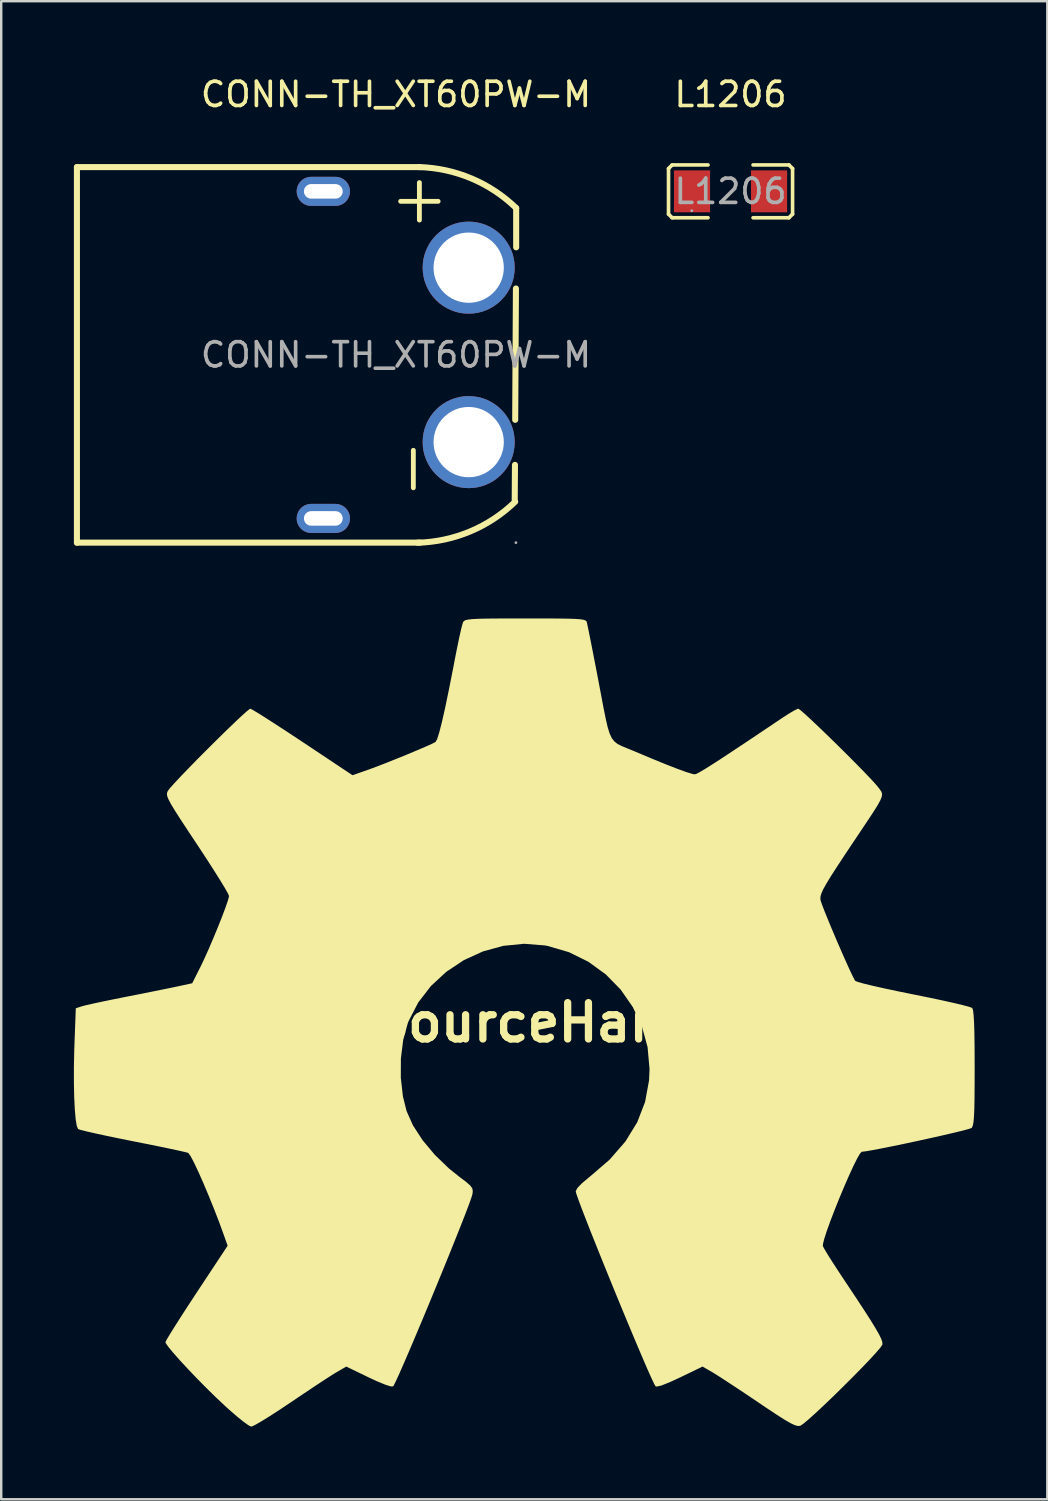
<source format=kicad_pcb>
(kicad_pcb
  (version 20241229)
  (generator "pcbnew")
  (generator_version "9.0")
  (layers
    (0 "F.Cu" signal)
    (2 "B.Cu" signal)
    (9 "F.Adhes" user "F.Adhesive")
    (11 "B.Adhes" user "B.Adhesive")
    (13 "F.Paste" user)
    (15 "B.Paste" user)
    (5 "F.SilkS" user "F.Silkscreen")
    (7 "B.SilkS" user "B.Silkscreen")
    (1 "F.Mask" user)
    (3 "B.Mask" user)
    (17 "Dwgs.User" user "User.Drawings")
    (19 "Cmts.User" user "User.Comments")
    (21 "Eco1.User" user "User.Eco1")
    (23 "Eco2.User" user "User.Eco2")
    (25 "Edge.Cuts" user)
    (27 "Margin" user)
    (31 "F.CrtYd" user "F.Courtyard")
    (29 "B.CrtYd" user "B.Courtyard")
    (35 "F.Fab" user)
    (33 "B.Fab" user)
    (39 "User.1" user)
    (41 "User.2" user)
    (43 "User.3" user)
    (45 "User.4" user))
  (footprint "OpenSourceHardware"
    (layer "F.Cu")
    (at 18.595 39.155)
    (property "Reference" "OpenSourceHardware" (at 0 0 0) (layer "F.SilkS") (effects (font (size 1.5 1.5) (thickness 0.3))))
    (attr board_only exclude_from_pos_files exclude_from_bom)
    (fp_poly (pts (xy 0.757 -16.679) (xy 1.322 -16.676) (xy 1.755 -16.67) (xy 2.073 -16.661) (xy 2.294 -16.646) (xy 2.437 -16.624) (xy 2.52 -16.596) (xy 2.561 -16.559) (xy 2.573 -16.531) (xy 2.601 -16.409) (xy 2.655 -16.146) (xy 2.732 -15.765) (xy 2.825 -15.293) (xy 2.93 -14.753) (xy 3.008 -14.351) (xy 3.148 -13.611) (xy 3.26 -13.018) (xy 3.353 -12.552) (xy 3.435 -12.196) (xy 3.517 -11.931) (xy 3.607 -11.739) (xy 3.714 -11.601) (xy 3.847 -11.497) (xy 4.016 -11.411) (xy 4.23 -11.323) (xy 4.497 -11.215) (xy 4.562 -11.187) (xy 5.233 -10.904) (xy 5.823 -10.663) (xy 6.315 -10.471) (xy 6.695 -10.334) (xy 6.947 -10.258) (xy 7.033 -10.245) (xy 7.1 -10.265) (xy 7.229 -10.332) (xy 7.43 -10.45) (xy 7.712 -10.627) (xy 8.086 -10.868) (xy 8.56 -11.18) (xy 9.146 -11.569) (xy 9.852 -12.042) (xy 10.62 -12.558) (xy 10.902 -12.741) (xy 11.135 -12.878) (xy 11.282 -12.949) (xy 11.304 -12.954) (xy 11.389 -12.897) (xy 11.574 -12.737) (xy 11.838 -12.494) (xy 12.163 -12.187) (xy 12.528 -11.835) (xy 12.916 -11.456) (xy 13.305 -11.07) (xy 13.677 -10.696) (xy 14.014 -10.353) (xy 14.294 -10.059) (xy 14.5 -9.834) (xy 14.594 -9.721) (xy 14.676 -9.615) (xy 14.735 -9.527) (xy 14.762 -9.437) (xy 14.751 -9.326) (xy 14.692 -9.176) (xy 14.578 -8.968) (xy 14.399 -8.683) (xy 14.148 -8.303) (xy 13.817 -7.808) (xy 13.634 -7.535) (xy 13.218 -6.912) (xy 12.889 -6.411) (xy 12.637 -6.018) (xy 12.453 -5.716) (xy 12.328 -5.488) (xy 12.253 -5.319) (xy 12.219 -5.192) (xy 12.217 -5.091) (xy 12.227 -5.035) (xy 12.284 -4.866) (xy 12.393 -4.582) (xy 12.542 -4.215) (xy 12.718 -3.792) (xy 12.909 -3.342) (xy 13.103 -2.896) (xy 13.286 -2.483) (xy 13.446 -2.131) (xy 13.571 -1.87) (xy 13.647 -1.729) (xy 13.657 -1.717) (xy 13.765 -1.674) (xy 14.016 -1.604) (xy 14.389 -1.514) (xy 14.861 -1.408) (xy 15.41 -1.291) (xy 16.013 -1.168) (xy 16.072 -1.157) (xy 16.679 -1.034) (xy 17.233 -0.917) (xy 17.713 -0.81) (xy 18.096 -0.719) (xy 18.359 -0.648) (xy 18.48 -0.603) (xy 18.483 -0.6) (xy 18.516 -0.512) (xy 18.541 -0.311) (xy 18.56 0.014) (xy 18.574 0.474) (xy 18.581 1.08) (xy 18.584 1.844) (xy 18.584 1.864) (xy 18.582 2.576) (xy 18.578 3.138) (xy 18.57 3.567) (xy 18.556 3.882) (xy 18.537 4.101) (xy 18.511 4.243) (xy 18.477 4.326) (xy 18.457 4.352) (xy 18.356 4.389) (xy 18.115 4.455) (xy 17.762 4.541) (xy 17.322 4.644) (xy 16.824 4.756) (xy 16.294 4.873) (xy 15.758 4.988) (xy 15.243 5.095) (xy 14.776 5.189) (xy 14.383 5.264) (xy 14.092 5.314) (xy 13.93 5.334) (xy 13.924 5.334) (xy 13.851 5.409) (xy 13.731 5.617) (xy 13.575 5.932) (xy 13.393 6.328) (xy 13.197 6.777) (xy 12.997 7.255) (xy 12.805 7.734) (xy 12.63 8.189) (xy 12.484 8.593) (xy 12.378 8.921) (xy 12.322 9.145) (xy 12.319 9.228) (xy 12.381 9.348) (xy 12.521 9.581) (xy 12.724 9.902) (xy 12.971 10.282) (xy 13.18 10.598) (xy 13.632 11.277) (xy 13.996 11.83) (xy 14.28 12.271) (xy 14.491 12.615) (xy 14.639 12.874) (xy 14.73 13.062) (xy 14.773 13.193) (xy 14.777 13.282) (xy 14.773 13.297) (xy 14.694 13.416) (xy 14.511 13.63) (xy 14.245 13.919) (xy 13.915 14.264) (xy 13.542 14.644) (xy 13.145 15.039) (xy 12.745 15.432) (xy 12.36 15.8) (xy 12.012 16.125) (xy 11.72 16.388) (xy 11.503 16.568) (xy 11.383 16.646) (xy 11.381 16.646) (xy 11.286 16.652) (xy 11.159 16.618) (xy 10.981 16.534) (xy 10.732 16.39) (xy 10.394 16.174) (xy 9.946 15.877) (xy 9.666 15.687) (xy 9.193 15.369) (xy 8.741 15.068) (xy 8.338 14.803) (xy 8.012 14.592) (xy 7.792 14.455) (xy 7.762 14.437) (xy 7.353 14.2) (xy 6.424 14.649) (xy 5.977 14.855) (xy 5.653 14.982) (xy 5.46 15.026) (xy 5.414 15.015) (xy 5.352 14.908) (xy 5.236 14.662) (xy 5.073 14.296) (xy 4.871 13.828) (xy 4.637 13.277) (xy 4.378 12.661) (xy 4.103 12) (xy 3.819 11.311) (xy 3.534 10.614) (xy 3.255 9.927) (xy 2.99 9.268) (xy 2.746 8.657) (xy 2.532 8.111) (xy 2.354 7.65) (xy 2.221 7.291) (xy 2.139 7.054) (xy 2.117 6.963) (xy 2.185 6.832) (xy 2.374 6.634) (xy 2.663 6.392) (xy 2.71 6.355) (xy 3.522 5.654) (xy 4.171 4.907) (xy 4.657 4.115) (xy 4.981 3.276) (xy 5.144 2.39) (xy 5.165 1.921) (xy 5.084 1.016) (xy 4.849 0.158) (xy 4.474 -0.639) (xy 3.973 -1.36) (xy 3.357 -1.988) (xy 2.641 -2.508) (xy 1.838 -2.904) (xy 0.961 -3.16) (xy 0.847 -3.182) (xy -0.015 -3.251) (xy -0.874 -3.165) (xy -1.709 -2.936) (xy -2.499 -2.576) (xy -3.221 -2.096) (xy -3.856 -1.51) (xy -4.382 -0.828) (xy -4.777 -0.064) (xy -4.817 0.039) (xy -5.003 0.717) (xy -5.098 1.483) (xy -5.102 2.28) (xy -5.014 3.051) (xy -4.863 3.656) (xy -4.6 4.245) (xy -4.202 4.858) (xy -3.695 5.464) (xy -3.104 6.033) (xy -2.687 6.366) (xy -2.403 6.581) (xy -2.233 6.731) (xy -2.15 6.848) (xy -2.131 6.966) (xy -2.145 7.082) (xy -2.188 7.228) (xy -2.288 7.508) (xy -2.438 7.903) (xy -2.63 8.394) (xy -2.857 8.963) (xy -3.109 9.59) (xy -3.381 10.258) (xy -3.663 10.946) (xy -3.949 11.638) (xy -4.23 12.313) (xy -4.5 12.953) (xy -4.749 13.541) (xy -4.971 14.055) (xy -5.157 14.479) (xy -5.301 14.794) (xy -5.394 14.98) (xy -5.42 15.02) (xy -5.526 15.017) (xy -5.757 14.942) (xy -6.09 14.804) (xy -6.424 14.649) (xy -7.353 14.2) (xy -7.762 14.438) (xy -7.957 14.558) (xy -8.264 14.756) (xy -8.653 15.012) (xy -9.095 15.307) (xy -9.564 15.622) (xy -9.645 15.677) (xy -10.093 15.977) (xy -10.501 16.241) (xy -10.846 16.454) (xy -11.105 16.604) (xy -11.255 16.675) (xy -11.274 16.679) (xy -11.389 16.624) (xy -11.6 16.473) (xy -11.881 16.245) (xy -12.206 15.962) (xy -12.354 15.828) (xy -12.729 15.475) (xy -13.122 15.089) (xy -13.514 14.692) (xy -13.886 14.303) (xy -14.22 13.942) (xy -14.497 13.629) (xy -14.698 13.385) (xy -14.805 13.23) (xy -14.817 13.194) (xy -14.772 13.101) (xy -14.645 12.886) (xy -14.448 12.569) (xy -14.193 12.168) (xy -13.892 11.703) (xy -13.558 11.193) (xy -13.533 11.155) (xy -12.249 9.212) (xy -12.404 8.776) (xy -12.601 8.236) (xy -12.816 7.681) (xy -13.037 7.135) (xy -13.253 6.622) (xy -13.455 6.167) (xy -13.631 5.794) (xy -13.772 5.527) (xy -13.867 5.39) (xy -13.878 5.381) (xy -13.98 5.352) (xy -14.225 5.296) (xy -14.59 5.217) (xy -15.054 5.12) (xy -15.593 5.011) (xy -16.144 4.902) (xy -16.734 4.783) (xy -17.27 4.672) (xy -17.73 4.572) (xy -18.092 4.489) (xy -18.331 4.428) (xy -18.423 4.395) (xy -18.477 4.267) (xy -18.522 3.991) (xy -18.557 3.592) (xy -18.582 3.089) (xy -18.594 2.507) (xy -18.595 1.867) (xy -18.581 1.191) (xy -18.573 0.932) (xy -18.516 -0.588) (xy -18.254 -0.674) (xy -18.087 -0.717) (xy -17.787 -0.785) (xy -17.385 -0.871) (xy -16.913 -0.968) (xy -16.468 -1.057) (xy -15.928 -1.163) (xy -15.398 -1.269) (xy -14.918 -1.366) (xy -14.531 -1.445) (xy -14.328 -1.488) (xy -13.712 -1.621) (xy -13.376 -2.288) (xy -13.214 -2.627) (xy -13.031 -3.034) (xy -12.84 -3.481) (xy -12.652 -3.935) (xy -12.481 -4.365) (xy -12.34 -4.741) (xy -12.24 -5.031) (xy -12.194 -5.205) (xy -12.192 -5.224) (xy -12.237 -5.329) (xy -12.365 -5.555) (xy -12.564 -5.882) (xy -12.822 -6.292) (xy -13.126 -6.765) (xy -13.465 -7.281) (xy -13.512 -7.352) (xy -13.898 -7.934) (xy -14.199 -8.393) (xy -14.424 -8.745) (xy -14.583 -9.008) (xy -14.685 -9.198) (xy -14.74 -9.332) (xy -14.756 -9.428) (xy -14.743 -9.503) (xy -14.718 -9.558) (xy -14.63 -9.675) (xy -14.443 -9.884) (xy -14.177 -10.168) (xy -13.85 -10.507) (xy -13.483 -10.883) (xy -13.092 -11.275) (xy -12.698 -11.667) (xy -12.32 -12.038) (xy -11.975 -12.37) (xy -11.684 -12.645) (xy -11.464 -12.842) (xy -11.335 -12.944) (xy -11.313 -12.954) (xy -11.222 -12.909) (xy -11.009 -12.781) (xy -10.691 -12.582) (xy -10.289 -12.323) (xy -9.819 -12.018) (xy -9.301 -11.676) (xy -9.158 -11.581) (xy -7.094 -10.207) (xy -6.405 -10.45) (xy -6.093 -10.565) (xy -5.706 -10.715) (xy -5.276 -10.887) (xy -4.837 -11.066) (xy -4.423 -11.239) (xy -4.067 -11.392) (xy -3.803 -11.511) (xy -3.667 -11.581) (xy -3.602 -11.698) (xy -3.513 -11.98) (xy -3.4 -12.423) (xy -3.264 -13.026) (xy -3.107 -13.786) (xy -2.927 -14.699) (xy -2.873 -14.986) (xy -2.779 -15.461) (xy -2.691 -15.885) (xy -2.614 -16.227) (xy -2.555 -16.455) (xy -2.528 -16.531) (xy -2.494 -16.574) (xy -2.43 -16.608) (xy -2.318 -16.633) (xy -2.139 -16.652) (xy -1.875 -16.665) (xy -1.508 -16.673) (xy -1.018 -16.677) (xy -0.389 -16.679) (xy 0.04 -16.679)) (stroke (width 0) (type solid)) (fill yes) (layer "F.SilkS")))
  (footprint "L1206"
    (layer "F.Cu")
    (at 27.103 4.848)
    (property "Reference" "L1206" (at 0 -4 0) (layer "F.SilkS") (effects (font (size 1 1) (thickness 0.15))))
    (attr smd)
    (fp_line (start -2.56 -0.94) (end -2.41 -1.09) (stroke (width 0.15) (type solid)) (layer "F.SilkS"))
    (fp_line (start -2.56 0.94) (end -2.56 -0.94) (stroke (width 0.15) (type solid)) (layer "F.SilkS"))
    (fp_line (start -2.41 -1.09) (end -0.93 -1.09) (stroke (width 0.15) (type solid)) (layer "F.SilkS"))
    (fp_line (start -2.41 1.09) (end -2.56 0.94) (stroke (width 0.15) (type solid)) (layer "F.SilkS"))
    (fp_line (start -0.93 1.09) (end -2.41 1.09) (stroke (width 0.15) (type solid)) (layer "F.SilkS"))
    (fp_line (start 0.93 1.09) (end 2.41 1.09) (stroke (width 0.15) (type solid)) (layer "F.SilkS"))
    (fp_line (start 2.41 -1.09) (end 0.93 -1.09) (stroke (width 0.15) (type solid)) (layer "F.SilkS"))
    (fp_line (start 2.41 1.09) (end 2.56 0.94) (stroke (width 0.15) (type solid)) (layer "F.SilkS"))
    (fp_line (start 2.56 -0.94) (end 2.41 -1.09) (stroke (width 0.15) (type solid)) (layer "F.SilkS"))
    (fp_line (start 2.56 0.94) (end 2.56 -0.94) (stroke (width 0.15) (type solid)) (layer "F.SilkS"))
    (fp_circle (center -1.6 0.8) (end -1.57 0.8) (stroke (width 0.06) (type solid)) (fill no) (layer "F.Fab"))
    (fp_text user "${REFERENCE}" (at 0 0 0) (layer "F.Fab") (effects (font (size 1 1) (thickness 0.15))))
    (pad "1" smd rect (at -1.59 0) (size 1.49 1.73) (layers "F.Cu" "F.Mask" "F.Paste"))
    (pad "2" smd rect (at 1.59 0) (size 1.49 1.73) (layers "F.Cu" "F.Mask" "F.Paste")))
  (footprint "CONN-TH_XT60PW-M"
    (layer "F.Cu")
    (at 13.295 11.598)
    (property "Reference" "CONN-TH_XT60PW-M" (at 0 -10.75 0) (layer "F.SilkS") (effects (font (size 1 1) (thickness 0.15))))
    (attr through_hole)
    (fp_line (start -13.17 -7.75) (end 1 -7.75) (stroke (width 0.25) (type solid)) (layer "F.SilkS"))
    (fp_line (start -13.17 7.75) (end -13.17 -7.75) (stroke (width 0.25) (type solid)) (layer "F.SilkS"))
    (fp_line (start -13.17 7.75) (end 1 7.75) (stroke (width 0.25) (type solid)) (layer "F.SilkS"))
    (fp_line (start 4.91 4.54) (end 4.9 5.99) (stroke (width 0.25) (type solid)) (layer "F.SilkS"))
    (fp_line (start 4.95 -2.74) (end 4.92 2.68) (stroke (width 0.25) (type solid)) (layer "F.SilkS"))
    (fp_line (start 4.96 -6.06) (end 4.96 -4.44) (stroke (width 0.25) (type solid)) (layer "F.SilkS"))
    (fp_arc (start 0.937455 -7.751975) (mid 3.10789 -7.284385) (end 4.96 -6.06) (stroke (width 0.25) (type solid)) (layer "F.SilkS"))
    (fp_arc (start 4.92 6.06) (mid 3.063543 7.286212) (end 0.888027 7.752215) (stroke (width 0.25) (type solid)) (layer "F.SilkS"))
    (fp_circle (center 3 -3.6) (end 3.5 -3.6) (stroke (width 1) (type solid)) (fill no) (layer "F.Fab"))
    (fp_circle (center 3 3.6) (end 3.5 3.6) (stroke (width 1) (type solid)) (fill no) (layer "F.Fab"))
    (fp_circle (center 4.95 7.75) (end 4.98 7.75) (stroke (width 0.06) (type solid)) (fill no) (layer "F.Fab"))
    (fp_text user "-" (at 0.56 6.1 90) (layer "F.SilkS") (effects (font (size 2.03 2.03) (thickness 0.2)) (justify left)))
    (fp_text user "+" (at 0.81 -4.95 90) (layer "F.SilkS") (effects (font (size 2.03 2.03) (thickness 0.2)) (justify left)))
    (fp_text user "${REFERENCE}" (at 0 0 0) (layer "F.Fab") (effects (font (size 1 1) (thickness 0.15))))
    (pad "1" thru_hole circle (at 3 3.6 90) (size 3.8 3.8) (drill 2.9) (layers "*.Cu" "*.Mask"))
    (pad "2" thru_hole circle (at 3 -3.6 90) (size 3.8 3.8) (drill 2.9) (layers "*.Cu" "*.Mask"))
    (pad "3" thru_hole oval (at -3 -6.75 90) (size 1.2 2.2) (drill oval 0.6 1.6) (layers "*.Cu" "*.Mask"))
    (pad "4" thru_hole oval (at -3 6.75 90) (size 1.2 2.2) (drill oval 0.6 1.6) (layers "*.Cu" "*.Mask")))
  (gr_rect
    (start -3 -3)
    (end 40.178 58.834)
    (stroke (width 0.1) (type default))
    (fill no)
    (layer "Edge.Cuts")))
</source>
